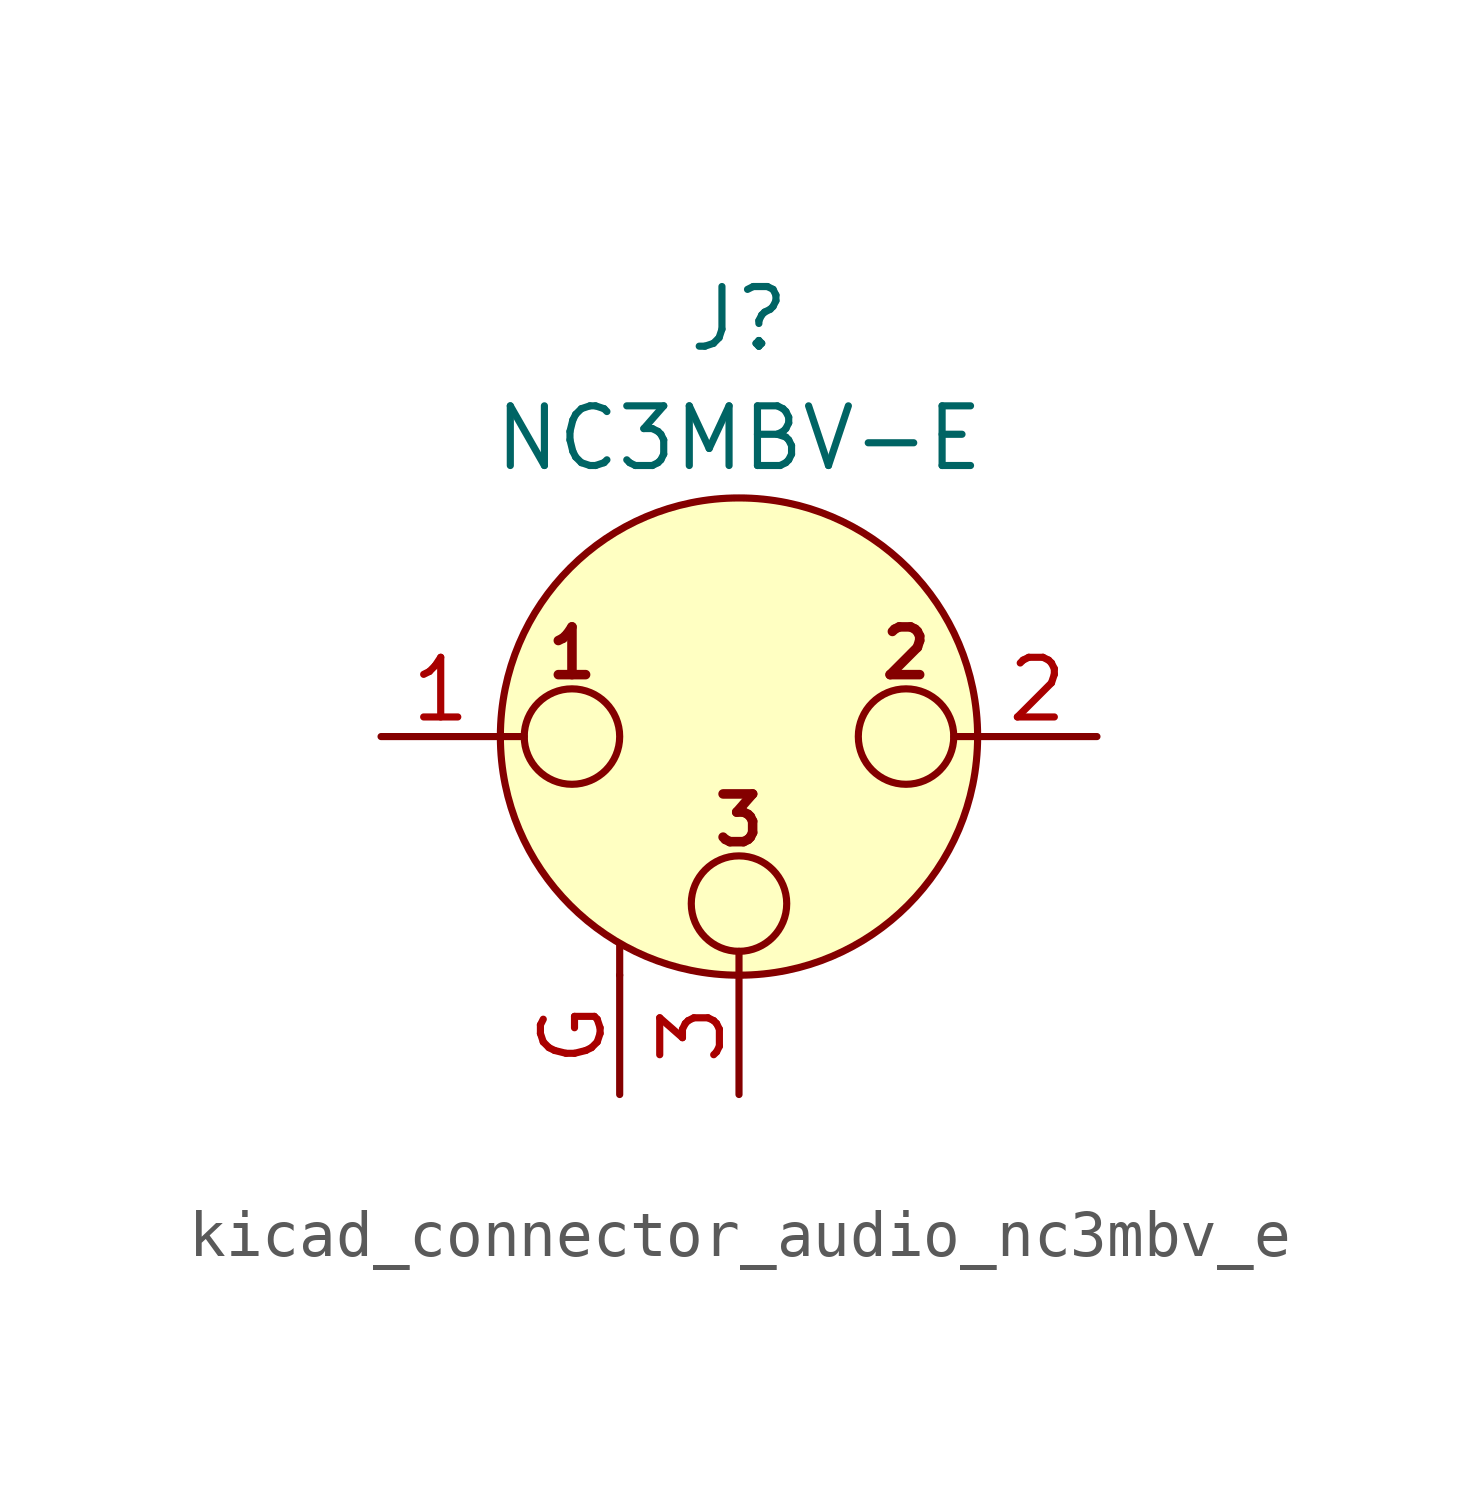
<source format=kicad_sym>
(kicad_symbol_lib
  (version 20220914)
  (generator kicad_symbol_editor)
  (symbol "kicad_connector_audio_nc3mbv_e"
    (pin_names hide)
    (property "Reference" "J"
      (at 0 8.89 0)
      (effects (font (size 1.27 1.27))))
    (property "Value" "NC3MBV-E"
      (at 0 6.35 0)
      (effects (font (size 1.27 1.27))))
    (symbol "kicad_connector_audio_nc3mbv_e_0_1"
      (circle (center -3.556 0) (radius 1.016) (stroke (width 0) (type default)) (fill (type none)))
      (circle (center 0 -3.556) (radius 1.016) (stroke (width 0) (type default)) (fill (type none)))
      (polyline (pts (xy -5.08 0) (xy -4.572 0)) (stroke (width 0) (type default)) (fill (type none)))
      (polyline (pts (xy -2.54 -5.08) (xy -2.54 -4.445)) (stroke (width 0) (type default)) (fill (type none)))
      (polyline (pts (xy 0 -5.08) (xy 0 -4.572)) (stroke (width 0) (type default)) (fill (type none)))
      (polyline (pts (xy 5.08 0) (xy 4.572 0)) (stroke (width 0) (type default)) (fill (type none)))
      (circle (center 0 0) (radius 5.08) (stroke (width 0) (type default)) (fill (type background)))
      (circle (center 3.556 0) (radius 1.016) (stroke (width 0) (type default)) (fill (type none)))
      (text "1" (at -3.556 1.778 0) (effects (font (size 1.016 1.016) bold)))
      (text "2" (at 3.556 1.778 0) (effects (font (size 1.016 1.016) bold)))
      (text "3" (at 0 -1.778 0) (effects (font (size 1.016 1.016) bold)))
      (pin passive line (at -7.62 0 0) (length 2.54) (name "~" (effects (font (size 1.27 1.27)))) (number "1" (effects (font (size 1.27 1.27)))))
      (pin passive line (at 7.62 0 180) (length 2.54) (name "~" (effects (font (size 1.27 1.27)))) (number "2" (effects (font (size 1.27 1.27)))))
      (pin passive line (at 0 -7.62 90) (length 2.54) (name "~" (effects (font (size 1.27 1.27)))) (number "3" (effects (font (size 1.27 1.27))))))
    (symbol "kicad_connector_audio_nc3mbv_e_1_1"
      (pin passive line (at -2.54 -7.62 90) (length 2.54) (name "~" (effects (font (size 1.27 1.27)))) (number "G" (effects (font (size 1.27 1.27))))))))
</source>
